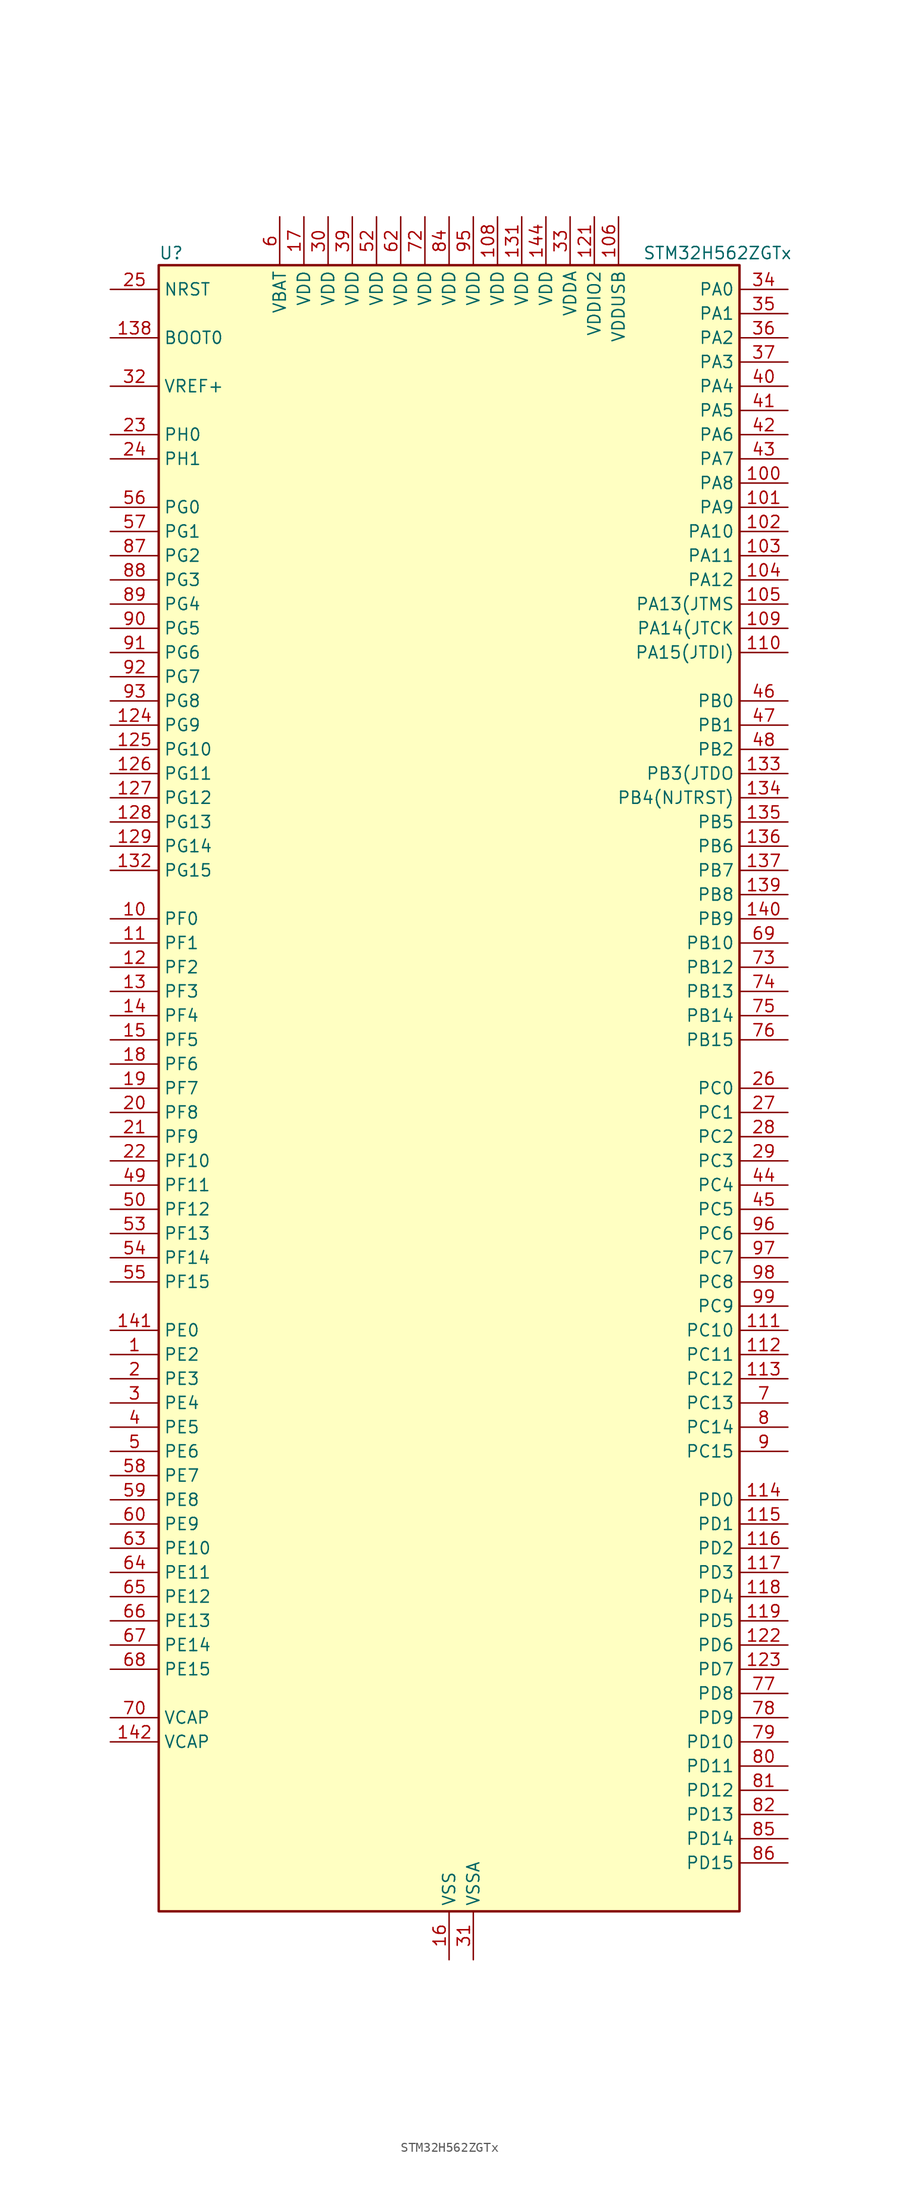
<source format=kicad_sym>
(kicad_symbol_lib
  (version 20231120)
  (generator "kicad-library-utils")
  (generator_version "8.0")
  (symbol "STM32H562ZGTx"
    (property "Reference" "U"
      (at -30.48 87.63 0)
      (effects (font (size 1.27 1.27)) (justify left)))
    (property "Value" "STM32H562ZGTx"
      (at 20.32 87.63 0)
      (effects (font (size 1.27 1.27)) (justify left)))
    (symbol "STM32H562ZGTx_0_1"
      (rectangle (start -30.48 -86.36) (end 30.48 86.36) (stroke (width 0.254) (type default)) (fill (type background))))
    (symbol "STM32H562ZGTx_1_1"
      (pin bidirectional line (at -35.56 -27.94 0) (length 5.08) (name "PE2" (effects (font (size 1.27 1.27)))) (number "1" (effects (font (size 1.27 1.27)))) (alternate "DCMI_D3" bidirectional line) (alternate "DEBUG_TRACECLK" bidirectional line) (alternate "FMC_A23" bidirectional line) (alternate "LPTIM1_IN2" bidirectional line) (alternate "OCTOSPI1_IO2" bidirectional line) (alternate "PSSI_D3" bidirectional line) (alternate "SAI1_CK1" bidirectional line) (alternate "SAI1_MCLK_A" bidirectional line) (alternate "SPI4_SCK" bidirectional line) (alternate "UART8_TX" bidirectional line) (alternate "USART10_RX" bidirectional line))
      (pin bidirectional line (at -35.56 17.78 0) (length 5.08) (name "PF0" (effects (font (size 1.27 1.27)))) (number "10" (effects (font (size 1.27 1.27)))) (alternate "FMC_A0" bidirectional line) (alternate "I2C2_SDA" bidirectional line) (alternate "LPTIM5_CH1" bidirectional line))
      (pin bidirectional line (at 35.56 63.5 180) (length 5.08) (name "PA8" (effects (font (size 1.27 1.27)))) (number "100" (effects (font (size 1.27 1.27)))) (alternate "DCMI_D3" bidirectional line) (alternate "FMC_NOE" bidirectional line) (alternate "I2C3_SCL" bidirectional line) (alternate "PSSI_D3" bidirectional line) (alternate "RCC_MCO_1" bidirectional line) (alternate "SPI1_RDY" bidirectional line) (alternate "TIM1_CH1" bidirectional line) (alternate "TIM8_BKIN2" bidirectional line) (alternate "UART7_RX" bidirectional line) (alternate "USART1_CK" bidirectional line) (alternate "USB_SOF" bidirectional line))
      (pin bidirectional line (at 35.56 60.96 180) (length 5.08) (name "PA9" (effects (font (size 1.27 1.27)))) (number "101" (effects (font (size 1.27 1.27)))) (alternate "DAC1_EXTI9" bidirectional line) (alternate "DCMI_D0" bidirectional line) (alternate "FMC_NWE" bidirectional line) (alternate "I2C3_SMBA" bidirectional line) (alternate "I2S2_CK" bidirectional line) (alternate "LPUART1_TX" bidirectional line) (alternate "PSSI_D0" bidirectional line) (alternate "SPI2_SCK" bidirectional line) (alternate "TIM1_CH2" bidirectional line) (alternate "UCPD1_DB1" bidirectional line) (alternate "USART1_TX" bidirectional line))
      (pin bidirectional line (at 35.56 58.42 180) (length 5.08) (name "PA10" (effects (font (size 1.27 1.27)))) (number "102" (effects (font (size 1.27 1.27)))) (alternate "DCMI_D1" bidirectional line) (alternate "LPTIM2_IN2" bidirectional line) (alternate "LPUART1_RX" bidirectional line) (alternate "PSSI_D1" bidirectional line) (alternate "SDMMC1_D0" bidirectional line) (alternate "TIM1_CH3" bidirectional line) (alternate "UCPD1_FRSTX" bidirectional line) (alternate "USART1_RX" bidirectional line))
      (pin bidirectional line (at 35.56 55.88 180) (length 5.08) (name "PA11" (effects (font (size 1.27 1.27)))) (number "103" (effects (font (size 1.27 1.27)))) (alternate "ADC1_EXTI11" bidirectional line) (alternate "ADC2_EXTI11" bidirectional line) (alternate "FDCAN1_RX" bidirectional line) (alternate "I2S2_WS" bidirectional line) (alternate "LPUART1_CTS" bidirectional line) (alternate "SPI2_NSS" bidirectional line) (alternate "TIM1_CH4" bidirectional line) (alternate "UART4_RX" bidirectional line) (alternate "USART1_CTS" bidirectional line) (alternate "USART1_NSS" bidirectional line) (alternate "USB_DM" bidirectional line))
      (pin bidirectional line (at 35.56 53.34 180) (length 5.08) (name "PA12" (effects (font (size 1.27 1.27)))) (number "104" (effects (font (size 1.27 1.27)))) (alternate "FDCAN1_TX" bidirectional line) (alternate "I2S2_CK" bidirectional line) (alternate "LPUART1_RTS" bidirectional line) (alternate "SAI2_FS_B" bidirectional line) (alternate "SPI2_SCK" bidirectional line) (alternate "TIM1_ETR" bidirectional line) (alternate "UART4_TX" bidirectional line) (alternate "USART1_RTS" bidirectional line) (alternate "USB_DP" bidirectional line))
      (pin bidirectional line (at 35.56 50.8 180) (length 5.08) (name "PA13(JTMS" (effects (font (size 1.27 1.27)))) (number "105" (effects (font (size 1.27 1.27)))) (alternate "DEBUG_JTMS-SWDIO" bidirectional line))
      (pin power_in line (at 17.78 91.44 270) (length 5.08) (name "VDDUSB" (effects (font (size 1.27 1.27)))) (number "106" (effects (font (size 1.27 1.27)))))
      (pin passive line (at 0 -91.44 90) (length 5.08) hide (name "VSS" (effects (font (size 1.27 1.27)))) (number "107" (effects (font (size 1.27 1.27)))))
      (pin power_in line (at 5.08 91.44 270) (length 5.08) (name "VDD" (effects (font (size 1.27 1.27)))) (number "108" (effects (font (size 1.27 1.27)))))
      (pin bidirectional line (at 35.56 48.26 180) (length 5.08) (name "PA14(JTCK" (effects (font (size 1.27 1.27)))) (number "109" (effects (font (size 1.27 1.27)))) (alternate "DEBUG_JTCK-SWCLK" bidirectional line))
      (pin bidirectional line (at -35.56 15.24 0) (length 5.08) (name "PF1" (effects (font (size 1.27 1.27)))) (number "11" (effects (font (size 1.27 1.27)))) (alternate "FMC_A1" bidirectional line) (alternate "I2C2_SCL" bidirectional line) (alternate "LPTIM5_CH2" bidirectional line))
      (pin bidirectional line (at 35.56 45.72 180) (length 5.08) (name "PA15(JTDI)" (effects (font (size 1.27 1.27)))) (number "110" (effects (font (size 1.27 1.27)))) (alternate "ADC1_EXTI15" bidirectional line) (alternate "ADC2_EXTI15" bidirectional line) (alternate "CEC" bidirectional line) (alternate "DCMI_D11" bidirectional line) (alternate "DEBUG_JTDI" bidirectional line) (alternate "FMC_NBL1" bidirectional line) (alternate "I2S1_WS" bidirectional line) (alternate "I2S3_WS" bidirectional line) (alternate "LPTIM3_IN2" bidirectional line) (alternate "PSSI_D11" bidirectional line) (alternate "SPI1_NSS" bidirectional line) (alternate "SPI3_NSS" bidirectional line) (alternate "SPI6_NSS" bidirectional line) (alternate "TIM2_CH1" bidirectional line) (alternate "TIM2_ETR" bidirectional line) (alternate "UART4_DE" bidirectional line) (alternate "UART4_RTS" bidirectional line) (alternate "UART7_TX" bidirectional line))
      (pin bidirectional line (at 35.56 -25.4 180) (length 5.08) (name "PC10" (effects (font (size 1.27 1.27)))) (number "111" (effects (font (size 1.27 1.27)))) (alternate "DCMI_D8" bidirectional line) (alternate "I2S3_CK" bidirectional line) (alternate "LPTIM3_ETR" bidirectional line) (alternate "OCTOSPI1_IO1" bidirectional line) (alternate "PSSI_D8" bidirectional line) (alternate "SDMMC1_D2" bidirectional line) (alternate "SPI3_SCK" bidirectional line) (alternate "UART4_TX" bidirectional line) (alternate "USART3_TX" bidirectional line))
      (pin bidirectional line (at 35.56 -27.94 180) (length 5.08) (name "PC11" (effects (font (size 1.27 1.27)))) (number "112" (effects (font (size 1.27 1.27)))) (alternate "ADC1_EXTI11" bidirectional line) (alternate "ADC2_EXTI11" bidirectional line) (alternate "DCMI_D4" bidirectional line) (alternate "I2S3_SDI" bidirectional line) (alternate "LPTIM3_IN1" bidirectional line) (alternate "OCTOSPI1_NCS" bidirectional line) (alternate "PSSI_D4" bidirectional line) (alternate "SDMMC1_D3" bidirectional line) (alternate "SPI3_MISO" bidirectional line) (alternate "UART4_RX" bidirectional line) (alternate "USART3_RX" bidirectional line))
      (pin bidirectional line (at 35.56 -30.48 180) (length 5.08) (name "PC12" (effects (font (size 1.27 1.27)))) (number "113" (effects (font (size 1.27 1.27)))) (alternate "DCMI_D9" bidirectional line) (alternate "DEBUG_TRACED3" bidirectional line) (alternate "I2S3_SDO" bidirectional line) (alternate "PSSI_D9" bidirectional line) (alternate "SDMMC1_CK" bidirectional line) (alternate "SPI3_MOSI" bidirectional line) (alternate "SPI6_SCK" bidirectional line) (alternate "TIM15_CH1" bidirectional line) (alternate "UART5_TX" bidirectional line) (alternate "USART3_CK" bidirectional line))
      (pin bidirectional line (at 35.56 -43.18 180) (length 5.08) (name "PD0" (effects (font (size 1.27 1.27)))) (number "114" (effects (font (size 1.27 1.27)))) (alternate "FDCAN1_RX" bidirectional line) (alternate "FMC_D2" bidirectional line) (alternate "FMC_DA2" bidirectional line) (alternate "TIM8_CH4N" bidirectional line) (alternate "UART4_RX" bidirectional line) (alternate "UART9_CTS" bidirectional line))
      (pin bidirectional line (at 35.56 -45.72 180) (length 5.08) (name "PD1" (effects (font (size 1.27 1.27)))) (number "115" (effects (font (size 1.27 1.27)))) (alternate "FDCAN1_TX" bidirectional line) (alternate "FMC_D3" bidirectional line) (alternate "FMC_DA3" bidirectional line) (alternate "UART4_TX" bidirectional line))
      (pin bidirectional line (at 35.56 -48.26 180) (length 5.08) (name "PD2" (effects (font (size 1.27 1.27)))) (number "116" (effects (font (size 1.27 1.27)))) (alternate "DCMI_D11" bidirectional line) (alternate "DEBUG_TRACED2" bidirectional line) (alternate "LPTIM4_ETR" bidirectional line) (alternate "PSSI_D11" bidirectional line) (alternate "PWR_WKUP7" bidirectional line) (alternate "SDMMC1_CMD" bidirectional line) (alternate "TIM15_BKIN" bidirectional line) (alternate "TIM3_ETR" bidirectional line) (alternate "UART5_RX" bidirectional line))
      (pin bidirectional line (at 35.56 -50.8 180) (length 5.08) (name "PD3" (effects (font (size 1.27 1.27)))) (number "117" (effects (font (size 1.27 1.27)))) (alternate "DCMI_D5" bidirectional line) (alternate "FMC_CLK" bidirectional line) (alternate "I2S2_CK" bidirectional line) (alternate "PSSI_D5" bidirectional line) (alternate "PWR_WKUP8" bidirectional line) (alternate "SPI2_SCK" bidirectional line) (alternate "USART2_CTS" bidirectional line) (alternate "USART2_NSS" bidirectional line))
      (pin bidirectional line (at 35.56 -53.34 180) (length 5.08) (name "PD4" (effects (font (size 1.27 1.27)))) (number "118" (effects (font (size 1.27 1.27)))) (alternate "FMC_NOE" bidirectional line) (alternate "OCTOSPI1_IO4" bidirectional line) (alternate "USART2_RTS" bidirectional line))
      (pin bidirectional line (at 35.56 -55.88 180) (length 5.08) (name "PD5" (effects (font (size 1.27 1.27)))) (number "119" (effects (font (size 1.27 1.27)))) (alternate "FDCAN1_TX" bidirectional line) (alternate "FMC_NWE" bidirectional line) (alternate "OCTOSPI1_IO5" bidirectional line) (alternate "SPI2_RDY" bidirectional line) (alternate "TIM1_CH4N" bidirectional line) (alternate "USART2_TX" bidirectional line))
      (pin bidirectional line (at -35.56 12.7 0) (length 5.08) (name "PF2" (effects (font (size 1.27 1.27)))) (number "12" (effects (font (size 1.27 1.27)))) (alternate "FMC_A2" bidirectional line) (alternate "I2C2_SMBA" bidirectional line) (alternate "LPTIM3_CH2" bidirectional line) (alternate "LPTIM3_IN2" bidirectional line) (alternate "LPTIM5_IN1" bidirectional line) (alternate "UART12_TX" bidirectional line) (alternate "USART11_CK" bidirectional line))
      (pin passive line (at 0 -91.44 90) (length 5.08) hide (name "VSS" (effects (font (size 1.27 1.27)))) (number "120" (effects (font (size 1.27 1.27)))))
      (pin power_in line (at 15.24 91.44 270) (length 5.08) (name "VDDIO2" (effects (font (size 1.27 1.27)))) (number "121" (effects (font (size 1.27 1.27)))))
      (pin bidirectional line (at 35.56 -58.42 180) (length 5.08) (name "PD6" (effects (font (size 1.27 1.27)))) (number "122" (effects (font (size 1.27 1.27)))) (alternate "DCMI_D10" bidirectional line) (alternate "FMC_NWAIT" bidirectional line) (alternate "I2S3_SDO" bidirectional line) (alternate "OCTOSPI1_IO6" bidirectional line) (alternate "PSSI_D10" bidirectional line) (alternate "SAI1_D1" bidirectional line) (alternate "SAI1_SD_A" bidirectional line) (alternate "SPI3_MOSI" bidirectional line) (alternate "USART2_RX" bidirectional line))
      (pin bidirectional line (at 35.56 -60.96 180) (length 5.08) (name "PD7" (effects (font (size 1.27 1.27)))) (number "123" (effects (font (size 1.27 1.27)))) (alternate "FMC_NCE" bidirectional line) (alternate "FMC_NE1" bidirectional line) (alternate "I2S1_SDO" bidirectional line) (alternate "LPTIM4_OUT" bidirectional line) (alternate "OCTOSPI1_IO7" bidirectional line) (alternate "SPI1_MOSI" bidirectional line) (alternate "USART2_CK" bidirectional line))
      (pin bidirectional line (at -35.56 38.1 0) (length 5.08) (name "PG9" (effects (font (size 1.27 1.27)))) (number "124" (effects (font (size 1.27 1.27)))) (alternate "DAC1_EXTI9" bidirectional line) (alternate "DCMI_VSYNC" bidirectional line) (alternate "FMC_NCE" bidirectional line) (alternate "FMC_NE2" bidirectional line) (alternate "I2S1_SDI" bidirectional line) (alternate "OCTOSPI1_IO6" bidirectional line) (alternate "PSSI_RDY" bidirectional line) (alternate "SAI2_FS_B" bidirectional line) (alternate "SPI1_MISO" bidirectional line) (alternate "USART6_RX" bidirectional line))
      (pin bidirectional line (at -35.56 35.56 0) (length 5.08) (name "PG10" (effects (font (size 1.27 1.27)))) (number "125" (effects (font (size 1.27 1.27)))) (alternate "DCMI_D2" bidirectional line) (alternate "FMC_NE3" bidirectional line) (alternate "I2S1_WS" bidirectional line) (alternate "PSSI_D2" bidirectional line) (alternate "SAI2_SD_B" bidirectional line) (alternate "SPI1_NSS" bidirectional line))
      (pin bidirectional line (at -35.56 33.02 0) (length 5.08) (name "PG11" (effects (font (size 1.27 1.27)))) (number "126" (effects (font (size 1.27 1.27)))) (alternate "ADC1_EXTI11" bidirectional line) (alternate "ADC2_EXTI11" bidirectional line) (alternate "DCMI_D3" bidirectional line) (alternate "I2S1_CK" bidirectional line) (alternate "LPTIM1_IN2" bidirectional line) (alternate "PSSI_D3" bidirectional line) (alternate "SPI1_SCK" bidirectional line) (alternate "USART10_RX" bidirectional line) (alternate "USART11_RTS" bidirectional line))
      (pin bidirectional line (at -35.56 30.48 0) (length 5.08) (name "PG12" (effects (font (size 1.27 1.27)))) (number "127" (effects (font (size 1.27 1.27)))) (alternate "DCMI_D11" bidirectional line) (alternate "FMC_NE4" bidirectional line) (alternate "LPTIM1_IN1" bidirectional line) (alternate "LPTIM5_CH1" bidirectional line) (alternate "PSSI_D11" bidirectional line) (alternate "PSSI_D15" bidirectional line) (alternate "SPI6_MISO" bidirectional line) (alternate "USART10_TX" bidirectional line) (alternate "USART6_RTS" bidirectional line))
      (pin bidirectional line (at -35.56 27.94 0) (length 5.08) (name "PG13" (effects (font (size 1.27 1.27)))) (number "128" (effects (font (size 1.27 1.27)))) (alternate "DEBUG_TRACED0" bidirectional line) (alternate "FMC_A24" bidirectional line) (alternate "LPTIM1_CH1" bidirectional line) (alternate "LPTIM5_CH2" bidirectional line) (alternate "SPI6_SCK" bidirectional line) (alternate "USART10_CTS" bidirectional line) (alternate "USART10_NSS" bidirectional line) (alternate "USART6_CTS" bidirectional line) (alternate "USART6_NSS" bidirectional line))
      (pin bidirectional line (at -35.56 25.4 0) (length 5.08) (name "PG14" (effects (font (size 1.27 1.27)))) (number "129" (effects (font (size 1.27 1.27)))) (alternate "DEBUG_TRACED1" bidirectional line) (alternate "FMC_A25" bidirectional line) (alternate "LPTIM1_CH2" bidirectional line) (alternate "LPTIM1_ETR" bidirectional line) (alternate "LPTIM5_IN1" bidirectional line) (alternate "OCTOSPI1_IO7" bidirectional line) (alternate "SPI6_MOSI" bidirectional line) (alternate "USART10_RTS" bidirectional line) (alternate "USART6_TX" bidirectional line))
      (pin bidirectional line (at -35.56 10.16 0) (length 5.08) (name "PF3" (effects (font (size 1.27 1.27)))) (number "13" (effects (font (size 1.27 1.27)))) (alternate "FMC_A3" bidirectional line) (alternate "LPTIM3_IN1" bidirectional line) (alternate "LPTIM5_IN2" bidirectional line) (alternate "USART11_TX" bidirectional line))
      (pin passive line (at 0 -91.44 90) (length 5.08) hide (name "VSS" (effects (font (size 1.27 1.27)))) (number "130" (effects (font (size 1.27 1.27)))))
      (pin power_in line (at 7.62 91.44 270) (length 5.08) (name "VDD" (effects (font (size 1.27 1.27)))) (number "131" (effects (font (size 1.27 1.27)))))
      (pin bidirectional line (at -35.56 22.86 0) (length 5.08) (name "PG15" (effects (font (size 1.27 1.27)))) (number "132" (effects (font (size 1.27 1.27)))) (alternate "ADC1_EXTI15" bidirectional line) (alternate "ADC2_EXTI15" bidirectional line) (alternate "DCMI_D13" bidirectional line) (alternate "FMC_SDNCAS" bidirectional line) (alternate "PSSI_D13" bidirectional line) (alternate "SPI4_RDY" bidirectional line) (alternate "USART10_CK" bidirectional line) (alternate "USART6_CTS" bidirectional line) (alternate "USART6_NSS" bidirectional line))
      (pin bidirectional line (at 35.56 33.02 180) (length 5.08) (name "PB3(JTDO" (effects (font (size 1.27 1.27)))) (number "133" (effects (font (size 1.27 1.27)))) (alternate "CRS_SYNC" bidirectional line) (alternate "DEBUG_JTDO-SWO" bidirectional line) (alternate "I2C2_SDA" bidirectional line) (alternate "I2S1_CK" bidirectional line) (alternate "I2S3_CK" bidirectional line) (alternate "LPTIM6_ETR" bidirectional line) (alternate "SPI1_SCK" bidirectional line) (alternate "SPI3_SCK" bidirectional line) (alternate "SPI6_SCK" bidirectional line) (alternate "TIM2_CH2" bidirectional line) (alternate "UART12_CTS" bidirectional line) (alternate "UART7_RX" bidirectional line))
      (pin bidirectional line (at 35.56 30.48 180) (length 5.08) (name "PB4(NJTRST)" (effects (font (size 1.27 1.27)))) (number "134" (effects (font (size 1.27 1.27)))) (alternate "DCMI_D7" bidirectional line) (alternate "DEBUG_JTRST" bidirectional line) (alternate "I2S1_SDI" bidirectional line) (alternate "I2S2_WS" bidirectional line) (alternate "I2S3_SDI" bidirectional line) (alternate "LPTIM1_CH2" bidirectional line) (alternate "OCTOSPI1_CLK" bidirectional line) (alternate "PSSI_D7" bidirectional line) (alternate "SPI1_MISO" bidirectional line) (alternate "SPI2_NSS" bidirectional line) (alternate "SPI3_MISO" bidirectional line) (alternate "SPI6_MISO" bidirectional line) (alternate "TIM16_BKIN" bidirectional line) (alternate "TIM3_CH1" bidirectional line) (alternate "UART7_TX" bidirectional line))
      (pin bidirectional line (at 35.56 27.94 180) (length 5.08) (name "PB5" (effects (font (size 1.27 1.27)))) (number "135" (effects (font (size 1.27 1.27)))) (alternate "DCMI_D10" bidirectional line) (alternate "FMC_SDCKE1" bidirectional line) (alternate "I2C1_SMBA" bidirectional line) (alternate "I2C4_SMBA" bidirectional line) (alternate "I2S1_SDO" bidirectional line) (alternate "I2S3_SDO" bidirectional line) (alternate "OCTOSPI1_NCLK" bidirectional line) (alternate "PSSI_D10" bidirectional line) (alternate "SPI1_MOSI" bidirectional line) (alternate "SPI3_MOSI" bidirectional line) (alternate "SPI6_MOSI" bidirectional line) (alternate "TIM17_BKIN" bidirectional line) (alternate "TIM3_CH2" bidirectional line) (alternate "UART5_RX" bidirectional line))
      (pin bidirectional line (at 35.56 25.4 180) (length 5.08) (name "PB6" (effects (font (size 1.27 1.27)))) (number "136" (effects (font (size 1.27 1.27)))) (alternate "CEC" bidirectional line) (alternate "DCMI_D5" bidirectional line) (alternate "FMC_SDNE1" bidirectional line) (alternate "I2C1_SCL" bidirectional line) (alternate "I2C4_SCL" bidirectional line) (alternate "I3C1_SCL" bidirectional line) (alternate "LPUART1_TX" bidirectional line) (alternate "OCTOSPI1_NCS" bidirectional line) (alternate "PSSI_D5" bidirectional line) (alternate "TIM16_CH1N" bidirectional line) (alternate "TIM4_CH1" bidirectional line) (alternate "UART5_TX" bidirectional line) (alternate "USART1_TX" bidirectional line))
      (pin bidirectional line (at 35.56 22.86 180) (length 5.08) (name "PB7" (effects (font (size 1.27 1.27)))) (number "137" (effects (font (size 1.27 1.27)))) (alternate "DCMI_VSYNC" bidirectional line) (alternate "FDCAN1_TX" bidirectional line) (alternate "FMC_NL" bidirectional line) (alternate "I2C1_SDA" bidirectional line) (alternate "I2C4_SDA" bidirectional line) (alternate "I3C1_SDA" bidirectional line) (alternate "LPUART1_RX" bidirectional line) (alternate "PSSI_RDY" bidirectional line) (alternate "PWR_WKUP5" bidirectional line) (alternate "TIM17_CH1N" bidirectional line) (alternate "TIM4_CH2" bidirectional line) (alternate "USART1_RX" bidirectional line))
      (pin input line (at -35.56 78.74 0) (length 5.08) (name "BOOT0" (effects (font (size 1.27 1.27)))) (number "138" (effects (font (size 1.27 1.27)))))
      (pin bidirectional line (at 35.56 20.32 180) (length 5.08) (name "PB8" (effects (font (size 1.27 1.27)))) (number "139" (effects (font (size 1.27 1.27)))) (alternate "DCMI_D6" bidirectional line) (alternate "FDCAN1_RX" bidirectional line) (alternate "I2C1_SCL" bidirectional line) (alternate "I2C4_SCL" bidirectional line) (alternate "I3C1_SCL" bidirectional line) (alternate "PSSI_D6" bidirectional line) (alternate "SDMMC1_CKIN" bidirectional line) (alternate "SDMMC1_D4" bidirectional line) (alternate "SPI4_RDY" bidirectional line) (alternate "TIM16_CH1" bidirectional line) (alternate "TIM4_CH3" bidirectional line) (alternate "UART4_RX" bidirectional line))
      (pin bidirectional line (at -35.56 7.62 0) (length 5.08) (name "PF4" (effects (font (size 1.27 1.27)))) (number "14" (effects (font (size 1.27 1.27)))) (alternate "FMC_A4" bidirectional line) (alternate "LPTIM3_ETR" bidirectional line) (alternate "USART11_RX" bidirectional line))
      (pin bidirectional line (at 35.56 17.78 180) (length 5.08) (name "PB9" (effects (font (size 1.27 1.27)))) (number "140" (effects (font (size 1.27 1.27)))) (alternate "DAC1_EXTI9" bidirectional line) (alternate "DCMI_D7" bidirectional line) (alternate "FDCAN1_TX" bidirectional line) (alternate "I2C1_SDA" bidirectional line) (alternate "I2C4_SDA" bidirectional line) (alternate "I2S2_WS" bidirectional line) (alternate "I3C1_SDA" bidirectional line) (alternate "PSSI_D7" bidirectional line) (alternate "SDMMC1_CDIR" bidirectional line) (alternate "SDMMC1_D5" bidirectional line) (alternate "SPI2_NSS" bidirectional line) (alternate "TIM17_CH1" bidirectional line) (alternate "TIM4_CH4" bidirectional line) (alternate "UART4_TX" bidirectional line))
      (pin bidirectional line (at -35.56 -25.4 0) (length 5.08) (name "PE0" (effects (font (size 1.27 1.27)))) (number "141" (effects (font (size 1.27 1.27)))) (alternate "DCMI_D2" bidirectional line) (alternate "FDCAN1_RX" bidirectional line) (alternate "FMC_NBL0" bidirectional line) (alternate "LPTIM1_ETR" bidirectional line) (alternate "LPTIM2_CH2" bidirectional line) (alternate "LPTIM2_ETR" bidirectional line) (alternate "PSSI_D2" bidirectional line) (alternate "SAI2_MCLK_A" bidirectional line) (alternate "SPI3_RDY" bidirectional line) (alternate "TIM4_ETR" bidirectional line) (alternate "UART8_RX" bidirectional line))
      (pin power_out line (at -35.56 -68.58 0) (length 5.08) (name "VCAP" (effects (font (size 1.27 1.27)))) (number "142" (effects (font (size 1.27 1.27)))))
      (pin passive line (at 0 -91.44 90) (length 5.08) hide (name "VSS" (effects (font (size 1.27 1.27)))) (number "143" (effects (font (size 1.27 1.27)))))
      (pin power_in line (at 10.16 91.44 270) (length 5.08) (name "VDD" (effects (font (size 1.27 1.27)))) (number "144" (effects (font (size 1.27 1.27)))))
      (pin bidirectional line (at -35.56 5.08 0) (length 5.08) (name "PF5" (effects (font (size 1.27 1.27)))) (number "15" (effects (font (size 1.27 1.27)))) (alternate "FMC_A5" bidirectional line) (alternate "I2C4_SCL" bidirectional line) (alternate "I3C1_SCL" bidirectional line) (alternate "LPTIM3_CH1" bidirectional line) (alternate "LPTIM3_IN1" bidirectional line) (alternate "UART12_RX" bidirectional line) (alternate "USART11_CTS" bidirectional line) (alternate "USART11_NSS" bidirectional line))
      (pin power_in line (at 0 -91.44 90) (length 5.08) (name "VSS" (effects (font (size 1.27 1.27)))) (number "16" (effects (font (size 1.27 1.27)))))
      (pin power_in line (at -15.24 91.44 270) (length 5.08) (name "VDD" (effects (font (size 1.27 1.27)))) (number "17" (effects (font (size 1.27 1.27)))))
      (pin bidirectional line (at -35.56 2.54 0) (length 5.08) (name "PF6" (effects (font (size 1.27 1.27)))) (number "18" (effects (font (size 1.27 1.27)))) (alternate "LPTIM5_CH1" bidirectional line) (alternate "OCTOSPI1_IO3" bidirectional line) (alternate "SAI1_SD_B" bidirectional line) (alternate "SPI5_NSS" bidirectional line) (alternate "TIM16_CH1" bidirectional line) (alternate "UART7_RX" bidirectional line))
      (pin bidirectional line (at -35.56 0 0) (length 5.08) (name "PF7" (effects (font (size 1.27 1.27)))) (number "19" (effects (font (size 1.27 1.27)))) (alternate "LPTIM5_CH2" bidirectional line) (alternate "OCTOSPI1_IO2" bidirectional line) (alternate "SAI1_MCLK_B" bidirectional line) (alternate "SPI5_SCK" bidirectional line) (alternate "TIM17_CH1" bidirectional line) (alternate "UART7_TX" bidirectional line))
      (pin bidirectional line (at -35.56 -30.48 0) (length 5.08) (name "PE3" (effects (font (size 1.27 1.27)))) (number "2" (effects (font (size 1.27 1.27)))) (alternate "DEBUG_TRACED0" bidirectional line) (alternate "FMC_A19" bidirectional line) (alternate "SAI1_SD_B" bidirectional line) (alternate "TAMP_IN6" bidirectional line) (alternate "TAMP_OUT3" bidirectional line) (alternate "TIM15_BKIN" bidirectional line) (alternate "USART10_TX" bidirectional line))
      (pin bidirectional line (at -35.56 -2.54 0) (length 5.08) (name "PF8" (effects (font (size 1.27 1.27)))) (number "20" (effects (font (size 1.27 1.27)))) (alternate "LPTIM5_IN1" bidirectional line) (alternate "OCTOSPI1_IO0" bidirectional line) (alternate "SAI1_SCK_B" bidirectional line) (alternate "SPI5_MISO" bidirectional line) (alternate "TIM13_CH1" bidirectional line) (alternate "TIM16_CH1N" bidirectional line) (alternate "UART7_RTS" bidirectional line))
      (pin bidirectional line (at -35.56 -5.08 0) (length 5.08) (name "PF9" (effects (font (size 1.27 1.27)))) (number "21" (effects (font (size 1.27 1.27)))) (alternate "DAC1_EXTI9" bidirectional line) (alternate "LPTIM5_IN2" bidirectional line) (alternate "OCTOSPI1_IO1" bidirectional line) (alternate "SAI1_FS_B" bidirectional line) (alternate "SPI5_MOSI" bidirectional line) (alternate "TIM14_CH1" bidirectional line) (alternate "TIM17_CH1N" bidirectional line) (alternate "UART7_CTS" bidirectional line))
      (pin bidirectional line (at -35.56 -7.62 0) (length 5.08) (name "PF10" (effects (font (size 1.27 1.27)))) (number "22" (effects (font (size 1.27 1.27)))) (alternate "DCMI_D11" bidirectional line) (alternate "OCTOSPI1_CLK" bidirectional line) (alternate "PSSI_D11" bidirectional line) (alternate "PSSI_D15" bidirectional line) (alternate "SAI1_D3" bidirectional line) (alternate "TIM16_BKIN" bidirectional line))
      (pin bidirectional line (at -35.56 68.58 0) (length 5.08) (name "PH0" (effects (font (size 1.27 1.27)))) (number "23" (effects (font (size 1.27 1.27)))) (alternate "RCC_OSC_IN" bidirectional line))
      (pin bidirectional line (at -35.56 66.04 0) (length 5.08) (name "PH1" (effects (font (size 1.27 1.27)))) (number "24" (effects (font (size 1.27 1.27)))) (alternate "RCC_OSC_OUT" bidirectional line))
      (pin input line (at -35.56 83.82 0) (length 5.08) (name "NRST" (effects (font (size 1.27 1.27)))) (number "25" (effects (font (size 1.27 1.27)))))
      (pin bidirectional line (at 35.56 0 180) (length 5.08) (name "PC0" (effects (font (size 1.27 1.27)))) (number "26" (effects (font (size 1.27 1.27)))) (alternate "ADC1_INP10" bidirectional line) (alternate "ADC2_INP10" bidirectional line) (alternate "FMC_A25" bidirectional line) (alternate "FMC_SDNWE" bidirectional line) (alternate "OCTOSPI1_IO7" bidirectional line) (alternate "SAI1_MCLK_A" bidirectional line) (alternate "SAI2_FS_B" bidirectional line) (alternate "SPI2_RDY" bidirectional line) (alternate "TIM16_BKIN" bidirectional line))
      (pin bidirectional line (at 35.56 -2.54 180) (length 5.08) (name "PC1" (effects (font (size 1.27 1.27)))) (number "27" (effects (font (size 1.27 1.27)))) (alternate "ADC1_INN10" bidirectional line) (alternate "ADC1_INP11" bidirectional line) (alternate "ADC2_INN10" bidirectional line) (alternate "ADC2_INP11" bidirectional line) (alternate "DEBUG_TRACED0" bidirectional line) (alternate "I2S2_SDO" bidirectional line) (alternate "OCTOSPI1_IO4" bidirectional line) (alternate "PWR_WKUP6" bidirectional line) (alternate "SAI1_D1" bidirectional line) (alternate "SAI1_SD_A" bidirectional line) (alternate "SAI2_SD_A" bidirectional line) (alternate "SPI2_MOSI" bidirectional line) (alternate "TAMP_IN3" bidirectional line) (alternate "TAMP_OUT5" bidirectional line) (alternate "USART11_RTS" bidirectional line))
      (pin bidirectional line (at 35.56 -5.08 180) (length 5.08) (name "PC2" (effects (font (size 1.27 1.27)))) (number "28" (effects (font (size 1.27 1.27)))) (alternate "ADC1_INN11" bidirectional line) (alternate "ADC1_INP12" bidirectional line) (alternate "ADC2_INN11" bidirectional line) (alternate "ADC2_INP12" bidirectional line) (alternate "FMC_SDNE0" bidirectional line) (alternate "I2S2_SDI" bidirectional line) (alternate "OCTOSPI1_IO2" bidirectional line) (alternate "OCTOSPI1_IO5" bidirectional line) (alternate "PWR_CSLEEP" bidirectional line) (alternate "SPI2_MISO" bidirectional line) (alternate "TIM17_CH1" bidirectional line) (alternate "TIM4_CH4" bidirectional line))
      (pin bidirectional line (at 35.56 -7.62 180) (length 5.08) (name "PC3" (effects (font (size 1.27 1.27)))) (number "29" (effects (font (size 1.27 1.27)))) (alternate "ADC1_INN12" bidirectional line) (alternate "ADC1_INP13" bidirectional line) (alternate "ADC2_INN12" bidirectional line) (alternate "ADC2_INP13" bidirectional line) (alternate "FMC_SDCKE0" bidirectional line) (alternate "I2S2_SDO" bidirectional line) (alternate "LPTIM3_CH1" bidirectional line) (alternate "OCTOSPI1_IO0" bidirectional line) (alternate "OCTOSPI1_IO6" bidirectional line) (alternate "PWR_CSTOP" bidirectional line) (alternate "SAI1_D3" bidirectional line) (alternate "SPI2_MOSI" bidirectional line))
      (pin bidirectional line (at -35.56 -33.02 0) (length 5.08) (name "PE4" (effects (font (size 1.27 1.27)))) (number "3" (effects (font (size 1.27 1.27)))) (alternate "DCMI_D4" bidirectional line) (alternate "DEBUG_TRACED1" bidirectional line) (alternate "FMC_A20" bidirectional line) (alternate "PSSI_D4" bidirectional line) (alternate "SAI1_D2" bidirectional line) (alternate "SAI1_FS_A" bidirectional line) (alternate "SPI4_NSS" bidirectional line) (alternate "TAMP_IN7" bidirectional line) (alternate "TAMP_OUT8" bidirectional line) (alternate "TIM15_CH1N" bidirectional line))
      (pin power_in line (at -12.7 91.44 270) (length 5.08) (name "VDD" (effects (font (size 1.27 1.27)))) (number "30" (effects (font (size 1.27 1.27)))))
      (pin power_in line (at 2.54 -91.44 90) (length 5.08) (name "VSSA" (effects (font (size 1.27 1.27)))) (number "31" (effects (font (size 1.27 1.27)))))
      (pin input line (at -35.56 73.66 0) (length 5.08) (name "VREF+" (effects (font (size 1.27 1.27)))) (number "32" (effects (font (size 1.27 1.27)))))
      (pin power_in line (at 12.7 91.44 270) (length 5.08) (name "VDDA" (effects (font (size 1.27 1.27)))) (number "33" (effects (font (size 1.27 1.27)))))
      (pin bidirectional line (at 35.56 83.82 180) (length 5.08) (name "PA0" (effects (font (size 1.27 1.27)))) (number "34" (effects (font (size 1.27 1.27)))) (alternate "ADC1_INN1" bidirectional line) (alternate "ADC1_INP0" bidirectional line) (alternate "ADC2_INN1" bidirectional line) (alternate "ADC2_INP0" bidirectional line) (alternate "PWR_WKUP1" bidirectional line) (alternate "SAI2_SD_B" bidirectional line) (alternate "SPI3_RDY" bidirectional line) (alternate "SPI6_NSS" bidirectional line) (alternate "TAMP_IN2" bidirectional line) (alternate "TAMP_OUT1" bidirectional line) (alternate "TIM15_BKIN" bidirectional line) (alternate "TIM2_CH1" bidirectional line) (alternate "TIM2_ETR" bidirectional line) (alternate "TIM5_CH1" bidirectional line) (alternate "TIM8_ETR" bidirectional line) (alternate "UART4_TX" bidirectional line) (alternate "USART2_CTS" bidirectional line) (alternate "USART2_NSS" bidirectional line))
      (pin bidirectional line (at 35.56 81.28 180) (length 5.08) (name "PA1" (effects (font (size 1.27 1.27)))) (number "35" (effects (font (size 1.27 1.27)))) (alternate "ADC1_INP1" bidirectional line) (alternate "ADC2_INP1" bidirectional line) (alternate "LPTIM1_IN1" bidirectional line) (alternate "OCTOSPI1_DQS" bidirectional line) (alternate "OCTOSPI1_IO3" bidirectional line) (alternate "SAI2_MCLK_B" bidirectional line) (alternate "TAMP_IN5" bidirectional line) (alternate "TAMP_OUT4" bidirectional line) (alternate "TIM15_CH1N" bidirectional line) (alternate "TIM2_CH2" bidirectional line) (alternate "TIM5_CH2" bidirectional line) (alternate "UART4_RX" bidirectional line) (alternate "USART2_RTS" bidirectional line))
      (pin bidirectional line (at 35.56 78.74 180) (length 5.08) (name "PA2" (effects (font (size 1.27 1.27)))) (number "36" (effects (font (size 1.27 1.27)))) (alternate "ADC1_INP14" bidirectional line) (alternate "ADC2_INP14" bidirectional line) (alternate "LPTIM1_IN2" bidirectional line) (alternate "PWR_WKUP2" bidirectional line) (alternate "SAI2_SCK_B" bidirectional line) (alternate "TAMP_IN4" bidirectional line) (alternate "TAMP_OUT3" bidirectional line) (alternate "TIM15_CH1" bidirectional line) (alternate "TIM2_CH3" bidirectional line) (alternate "TIM5_CH3" bidirectional line) (alternate "USART2_TX" bidirectional line))
      (pin bidirectional line (at 35.56 76.2 180) (length 5.08) (name "PA3" (effects (font (size 1.27 1.27)))) (number "37" (effects (font (size 1.27 1.27)))) (alternate "ADC1_INP15" bidirectional line) (alternate "ADC2_INP15" bidirectional line) (alternate "I2S2_WS" bidirectional line) (alternate "OCTOSPI1_CLK" bidirectional line) (alternate "SAI1_SD_B" bidirectional line) (alternate "SPI2_NSS" bidirectional line) (alternate "TIM15_CH2" bidirectional line) (alternate "TIM2_CH4" bidirectional line) (alternate "TIM5_CH4" bidirectional line) (alternate "USART2_RX" bidirectional line))
      (pin passive line (at 0 -91.44 90) (length 5.08) hide (name "VSS" (effects (font (size 1.27 1.27)))) (number "38" (effects (font (size 1.27 1.27)))))
      (pin power_in line (at -10.16 91.44 270) (length 5.08) (name "VDD" (effects (font (size 1.27 1.27)))) (number "39" (effects (font (size 1.27 1.27)))))
      (pin bidirectional line (at -35.56 -35.56 0) (length 5.08) (name "PE5" (effects (font (size 1.27 1.27)))) (number "4" (effects (font (size 1.27 1.27)))) (alternate "DCMI_D6" bidirectional line) (alternate "DEBUG_TRACED2" bidirectional line) (alternate "FMC_A21" bidirectional line) (alternate "PSSI_D6" bidirectional line) (alternate "SAI1_CK2" bidirectional line) (alternate "SAI1_SCK_A" bidirectional line) (alternate "SPI4_MISO" bidirectional line) (alternate "TAMP_IN8" bidirectional line) (alternate "TAMP_OUT7" bidirectional line) (alternate "TIM15_CH1" bidirectional line))
      (pin bidirectional line (at 35.56 73.66 180) (length 5.08) (name "PA4" (effects (font (size 1.27 1.27)))) (number "40" (effects (font (size 1.27 1.27)))) (alternate "ADC1_INP18" bidirectional line) (alternate "ADC2_INP18" bidirectional line) (alternate "DAC1_OUT1" bidirectional line) (alternate "DCMI_HSYNC" bidirectional line) (alternate "I2S1_WS" bidirectional line) (alternate "I2S3_WS" bidirectional line) (alternate "LPTIM2_CH1" bidirectional line) (alternate "PSSI_DE" bidirectional line) (alternate "SPI1_NSS" bidirectional line) (alternate "SPI3_NSS" bidirectional line) (alternate "SPI6_NSS" bidirectional line) (alternate "TIM5_ETR" bidirectional line) (alternate "USART2_CK" bidirectional line))
      (pin bidirectional line (at 35.56 71.12 180) (length 5.08) (name "PA5" (effects (font (size 1.27 1.27)))) (number "41" (effects (font (size 1.27 1.27)))) (alternate "ADC1_INN18" bidirectional line) (alternate "ADC1_INP19" bidirectional line) (alternate "ADC2_INN18" bidirectional line) (alternate "ADC2_INP19" bidirectional line) (alternate "DAC1_OUT2" bidirectional line) (alternate "I2S1_CK" bidirectional line) (alternate "PSSI_D14" bidirectional line) (alternate "SPI1_SCK" bidirectional line) (alternate "SPI6_SCK" bidirectional line) (alternate "TIM2_CH1" bidirectional line) (alternate "TIM2_ETR" bidirectional line) (alternate "TIM8_CH1N" bidirectional line))
      (pin bidirectional line (at 35.56 68.58 180) (length 5.08) (name "PA6" (effects (font (size 1.27 1.27)))) (number "42" (effects (font (size 1.27 1.27)))) (alternate "ADC1_INP3" bidirectional line) (alternate "ADC2_INP3" bidirectional line) (alternate "DCMI_PIXCLK" bidirectional line) (alternate "I2S1_SDI" bidirectional line) (alternate "OCTOSPI1_IO3" bidirectional line) (alternate "PSSI_PDCK" bidirectional line) (alternate "SPI1_MISO" bidirectional line) (alternate "SPI6_MISO" bidirectional line) (alternate "TIM13_CH1" bidirectional line) (alternate "TIM1_BKIN" bidirectional line) (alternate "TIM3_CH1" bidirectional line) (alternate "TIM8_BKIN" bidirectional line) (alternate "USART11_TX" bidirectional line))
      (pin bidirectional line (at 35.56 66.04 180) (length 5.08) (name "PA7" (effects (font (size 1.27 1.27)))) (number "43" (effects (font (size 1.27 1.27)))) (alternate "ADC1_INN3" bidirectional line) (alternate "ADC1_INP7" bidirectional line) (alternate "ADC2_INN3" bidirectional line) (alternate "ADC2_INP7" bidirectional line) (alternate "FMC_NWE" bidirectional line) (alternate "FMC_SDNWE" bidirectional line) (alternate "I2S1_SDO" bidirectional line) (alternate "OCTOSPI1_IO2" bidirectional line) (alternate "SPI1_MOSI" bidirectional line) (alternate "SPI6_MOSI" bidirectional line) (alternate "TIM14_CH1" bidirectional line) (alternate "TIM1_CH1N" bidirectional line) (alternate "TIM3_CH2" bidirectional line) (alternate "TIM8_CH1N" bidirectional line) (alternate "USART11_RX" bidirectional line))
      (pin bidirectional line (at 35.56 -10.16 180) (length 5.08) (name "PC4" (effects (font (size 1.27 1.27)))) (number "44" (effects (font (size 1.27 1.27)))) (alternate "ADC1_INP4" bidirectional line) (alternate "ADC2_INP4" bidirectional line) (alternate "FMC_SDNE0" bidirectional line) (alternate "I2S1_MCK" bidirectional line) (alternate "LPTIM2_ETR" bidirectional line) (alternate "SAI1_CK1" bidirectional line) (alternate "TIM2_CH4" bidirectional line) (alternate "USART3_RX" bidirectional line))
      (pin bidirectional line (at 35.56 -12.7 180) (length 5.08) (name "PC5" (effects (font (size 1.27 1.27)))) (number "45" (effects (font (size 1.27 1.27)))) (alternate "ADC1_INN4" bidirectional line) (alternate "ADC1_INP8" bidirectional line) (alternate "ADC2_INN4" bidirectional line) (alternate "ADC2_INP8" bidirectional line) (alternate "FMC_SDCKE0" bidirectional line) (alternate "OCTOSPI1_DQS" bidirectional line) (alternate "PSSI_D15" bidirectional line) (alternate "SAI1_D3" bidirectional line) (alternate "SAI1_FS_A" bidirectional line) (alternate "TIM1_CH4N" bidirectional line) (alternate "UART12_RTS" bidirectional line))
      (pin bidirectional line (at 35.56 40.64 180) (length 5.08) (name "PB0" (effects (font (size 1.27 1.27)))) (number "46" (effects (font (size 1.27 1.27)))) (alternate "ADC1_INN5" bidirectional line) (alternate "ADC1_INP9" bidirectional line) (alternate "ADC2_INN5" bidirectional line) (alternate "ADC2_INP9" bidirectional line) (alternate "LPTIM3_CH1" bidirectional line) (alternate "OCTOSPI1_IO1" bidirectional line) (alternate "TIM1_CH2N" bidirectional line) (alternate "TIM3_CH3" bidirectional line) (alternate "TIM8_CH2N" bidirectional line) (alternate "UART4_CTS" bidirectional line) (alternate "USART11_CK" bidirectional line))
      (pin bidirectional line (at 35.56 38.1 180) (length 5.08) (name "PB1" (effects (font (size 1.27 1.27)))) (number "47" (effects (font (size 1.27 1.27)))) (alternate "ADC1_INP5" bidirectional line) (alternate "ADC2_INP5" bidirectional line) (alternate "LPTIM3_CH2" bidirectional line) (alternate "OCTOSPI1_IO0" bidirectional line) (alternate "TIM1_CH3N" bidirectional line) (alternate "TIM3_CH4" bidirectional line) (alternate "TIM8_CH3N" bidirectional line))
      (pin bidirectional line (at 35.56 35.56 180) (length 5.08) (name "PB2" (effects (font (size 1.27 1.27)))) (number "48" (effects (font (size 1.27 1.27)))) (alternate "I2S3_SDO" bidirectional line) (alternate "LPTIM1_CH1" bidirectional line) (alternate "LPTIM5_ETR" bidirectional line) (alternate "OCTOSPI1_CLK" bidirectional line) (alternate "OCTOSPI1_DQS" bidirectional line) (alternate "RCC_LSCO" bidirectional line) (alternate "RTC_OUT2" bidirectional line) (alternate "SAI1_D1" bidirectional line) (alternate "SAI1_SD_A" bidirectional line) (alternate "SDMMC1_CMD" bidirectional line) (alternate "SPI1_RDY" bidirectional line) (alternate "SPI3_MOSI" bidirectional line) (alternate "TIM8_CH4N" bidirectional line))
      (pin bidirectional line (at -35.56 -10.16 0) (length 5.08) (name "PF11" (effects (font (size 1.27 1.27)))) (number "49" (effects (font (size 1.27 1.27)))) (alternate "ADC1_EXTI11" bidirectional line) (alternate "ADC1_INP2" bidirectional line) (alternate "ADC2_EXTI11" bidirectional line) (alternate "DCMI_D12" bidirectional line) (alternate "FMC_SDNRAS" bidirectional line) (alternate "LPTIM6_CH1" bidirectional line) (alternate "OCTOSPI1_NCLK" bidirectional line) (alternate "PSSI_D12" bidirectional line) (alternate "SAI2_SD_B" bidirectional line) (alternate "SPI5_MOSI" bidirectional line))
      (pin bidirectional line (at -35.56 -38.1 0) (length 5.08) (name "PE6" (effects (font (size 1.27 1.27)))) (number "5" (effects (font (size 1.27 1.27)))) (alternate "DCMI_D7" bidirectional line) (alternate "DEBUG_TRACED3" bidirectional line) (alternate "FMC_A22" bidirectional line) (alternate "PSSI_D7" bidirectional line) (alternate "SAI1_D1" bidirectional line) (alternate "SAI1_SD_A" bidirectional line) (alternate "SAI2_MCLK_B" bidirectional line) (alternate "SPI4_MOSI" bidirectional line) (alternate "TAMP_IN3" bidirectional line) (alternate "TAMP_OUT6" bidirectional line) (alternate "TIM15_CH2" bidirectional line) (alternate "TIM1_BKIN2" bidirectional line))
      (pin bidirectional line (at -35.56 -12.7 0) (length 5.08) (name "PF12" (effects (font (size 1.27 1.27)))) (number "50" (effects (font (size 1.27 1.27)))) (alternate "ADC1_INN2" bidirectional line) (alternate "ADC1_INP6" bidirectional line) (alternate "FMC_A6" bidirectional line) (alternate "LPTIM6_CH2" bidirectional line))
      (pin passive line (at 0 -91.44 90) (length 5.08) hide (name "VSS" (effects (font (size 1.27 1.27)))) (number "51" (effects (font (size 1.27 1.27)))))
      (pin power_in line (at -7.62 91.44 270) (length 5.08) (name "VDD" (effects (font (size 1.27 1.27)))) (number "52" (effects (font (size 1.27 1.27)))))
      (pin bidirectional line (at -35.56 -15.24 0) (length 5.08) (name "PF13" (effects (font (size 1.27 1.27)))) (number "53" (effects (font (size 1.27 1.27)))) (alternate "ADC2_INP2" bidirectional line) (alternate "FMC_A7" bidirectional line) (alternate "I2C4_SMBA" bidirectional line) (alternate "LPTIM6_IN1" bidirectional line))
      (pin bidirectional line (at -35.56 -17.78 0) (length 5.08) (name "PF14" (effects (font (size 1.27 1.27)))) (number "54" (effects (font (size 1.27 1.27)))) (alternate "ADC2_INN2" bidirectional line) (alternate "ADC2_INP6" bidirectional line) (alternate "FMC_A8" bidirectional line) (alternate "LPTIM6_IN2" bidirectional line))
      (pin bidirectional line (at -35.56 -20.32 0) (length 5.08) (name "PF15" (effects (font (size 1.27 1.27)))) (number "55" (effects (font (size 1.27 1.27)))) (alternate "ADC1_EXTI15" bidirectional line) (alternate "ADC2_EXTI15" bidirectional line) (alternate "FMC_A9" bidirectional line) (alternate "I2C4_SDA" bidirectional line) (alternate "I3C1_SDA" bidirectional line))
      (pin bidirectional line (at -35.56 60.96 0) (length 5.08) (name "PG0" (effects (font (size 1.27 1.27)))) (number "56" (effects (font (size 1.27 1.27)))) (alternate "FMC_A10" bidirectional line) (alternate "LPTIM4_IN1" bidirectional line) (alternate "UART9_RX" bidirectional line))
      (pin bidirectional line (at -35.56 58.42 0) (length 5.08) (name "PG1" (effects (font (size 1.27 1.27)))) (number "57" (effects (font (size 1.27 1.27)))) (alternate "FMC_A11" bidirectional line) (alternate "I2S2_SDO" bidirectional line) (alternate "SPI2_MOSI" bidirectional line) (alternate "UART9_TX" bidirectional line))
      (pin bidirectional line (at -35.56 -40.64 0) (length 5.08) (name "PE7" (effects (font (size 1.27 1.27)))) (number "58" (effects (font (size 1.27 1.27)))) (alternate "FMC_D4" bidirectional line) (alternate "FMC_DA4" bidirectional line) (alternate "OCTOSPI1_IO4" bidirectional line) (alternate "TIM1_ETR" bidirectional line) (alternate "UART12_RTS" bidirectional line) (alternate "UART7_RX" bidirectional line))
      (pin bidirectional line (at -35.56 -43.18 0) (length 5.08) (name "PE8" (effects (font (size 1.27 1.27)))) (number "59" (effects (font (size 1.27 1.27)))) (alternate "FMC_D5" bidirectional line) (alternate "FMC_DA5" bidirectional line) (alternate "OCTOSPI1_IO5" bidirectional line) (alternate "TIM1_CH1N" bidirectional line) (alternate "UART12_CTS" bidirectional line) (alternate "UART7_TX" bidirectional line))
      (pin power_in line (at -17.78 91.44 270) (length 5.08) (name "VBAT" (effects (font (size 1.27 1.27)))) (number "6" (effects (font (size 1.27 1.27)))))
      (pin bidirectional line (at -35.56 -45.72 0) (length 5.08) (name "PE9" (effects (font (size 1.27 1.27)))) (number "60" (effects (font (size 1.27 1.27)))) (alternate "DAC1_EXTI9" bidirectional line) (alternate "FMC_D6" bidirectional line) (alternate "FMC_DA6" bidirectional line) (alternate "OCTOSPI1_IO6" bidirectional line) (alternate "TIM1_CH1" bidirectional line) (alternate "UART12_RX" bidirectional line) (alternate "UART7_RTS" bidirectional line))
      (pin passive line (at 0 -91.44 90) (length 5.08) hide (name "VSS" (effects (font (size 1.27 1.27)))) (number "61" (effects (font (size 1.27 1.27)))))
      (pin power_in line (at -5.08 91.44 270) (length 5.08) (name "VDD" (effects (font (size 1.27 1.27)))) (number "62" (effects (font (size 1.27 1.27)))))
      (pin bidirectional line (at -35.56 -48.26 0) (length 5.08) (name "PE10" (effects (font (size 1.27 1.27)))) (number "63" (effects (font (size 1.27 1.27)))) (alternate "FMC_D7" bidirectional line) (alternate "FMC_DA7" bidirectional line) (alternate "OCTOSPI1_IO7" bidirectional line) (alternate "TIM1_CH2N" bidirectional line) (alternate "UART12_TX" bidirectional line) (alternate "UART7_CTS" bidirectional line))
      (pin bidirectional line (at -35.56 -50.8 0) (length 5.08) (name "PE11" (effects (font (size 1.27 1.27)))) (number "64" (effects (font (size 1.27 1.27)))) (alternate "ADC1_EXTI11" bidirectional line) (alternate "ADC2_EXTI11" bidirectional line) (alternate "FMC_D8" bidirectional line) (alternate "FMC_DA8" bidirectional line) (alternate "OCTOSPI1_NCS" bidirectional line) (alternate "SAI2_SD_B" bidirectional line) (alternate "SPI1_RDY" bidirectional line) (alternate "SPI4_NSS" bidirectional line) (alternate "TIM1_CH2" bidirectional line))
      (pin bidirectional line (at -35.56 -53.34 0) (length 5.08) (name "PE12" (effects (font (size 1.27 1.27)))) (number "65" (effects (font (size 1.27 1.27)))) (alternate "FMC_D9" bidirectional line) (alternate "FMC_DA9" bidirectional line) (alternate "SAI2_SCK_B" bidirectional line) (alternate "SPI4_SCK" bidirectional line) (alternate "TIM1_CH3N" bidirectional line))
      (pin bidirectional line (at -35.56 -55.88 0) (length 5.08) (name "PE13" (effects (font (size 1.27 1.27)))) (number "66" (effects (font (size 1.27 1.27)))) (alternate "FMC_D10" bidirectional line) (alternate "FMC_DA10" bidirectional line) (alternate "SAI2_FS_B" bidirectional line) (alternate "SPI4_MISO" bidirectional line) (alternate "TIM1_CH3" bidirectional line))
      (pin bidirectional line (at -35.56 -58.42 0) (length 5.08) (name "PE14" (effects (font (size 1.27 1.27)))) (number "67" (effects (font (size 1.27 1.27)))) (alternate "FMC_D11" bidirectional line) (alternate "FMC_DA11" bidirectional line) (alternate "SAI2_MCLK_B" bidirectional line) (alternate "SPI4_MOSI" bidirectional line) (alternate "TIM1_CH4" bidirectional line))
      (pin bidirectional line (at -35.56 -60.96 0) (length 5.08) (name "PE15" (effects (font (size 1.27 1.27)))) (number "68" (effects (font (size 1.27 1.27)))) (alternate "ADC1_EXTI15" bidirectional line) (alternate "ADC2_EXTI15" bidirectional line) (alternate "FMC_D12" bidirectional line) (alternate "FMC_DA12" bidirectional line) (alternate "TIM1_BKIN" bidirectional line) (alternate "TIM1_CH4N" bidirectional line) (alternate "USART10_CK" bidirectional line))
      (pin bidirectional line (at 35.56 15.24 180) (length 5.08) (name "PB10" (effects (font (size 1.27 1.27)))) (number "69" (effects (font (size 1.27 1.27)))) (alternate "I2C2_SCL" bidirectional line) (alternate "I2S2_CK" bidirectional line) (alternate "LPTIM2_IN1" bidirectional line) (alternate "LPTIM3_CH1" bidirectional line) (alternate "OCTOSPI1_NCS" bidirectional line) (alternate "SPI2_SCK" bidirectional line) (alternate "TIM2_CH3" bidirectional line) (alternate "USART3_TX" bidirectional line))
      (pin bidirectional line (at 35.56 -33.02 180) (length 5.08) (name "PC13" (effects (font (size 1.27 1.27)))) (number "7" (effects (font (size 1.27 1.27)))) (alternate "PWR_WKUP4" bidirectional line) (alternate "RTC_OUT1" bidirectional line) (alternate "RTC_TS" bidirectional line) (alternate "TAMP_IN1" bidirectional line) (alternate "TAMP_OUT2" bidirectional line) (alternate "TAMP_OUT3" bidirectional line))
      (pin power_out line (at -35.56 -66.04 0) (length 5.08) (name "VCAP" (effects (font (size 1.27 1.27)))) (number "70" (effects (font (size 1.27 1.27)))))
      (pin passive line (at 0 -91.44 90) (length 5.08) hide (name "VSS" (effects (font (size 1.27 1.27)))) (number "71" (effects (font (size 1.27 1.27)))))
      (pin power_in line (at -2.54 91.44 270) (length 5.08) (name "VDD" (effects (font (size 1.27 1.27)))) (number "72" (effects (font (size 1.27 1.27)))))
      (pin bidirectional line (at 35.56 12.7 180) (length 5.08) (name "PB12" (effects (font (size 1.27 1.27)))) (number "73" (effects (font (size 1.27 1.27)))) (alternate "I2C2_SDA" bidirectional line) (alternate "I2S2_WS" bidirectional line) (alternate "OCTOSPI1_NCLK" bidirectional line) (alternate "SPI2_NSS" bidirectional line) (alternate "TIM1_BKIN" bidirectional line) (alternate "UART5_RX" bidirectional line) (alternate "UCPD1_FRSTX" bidirectional line) (alternate "USART3_CK" bidirectional line))
      (pin bidirectional line (at 35.56 10.16 180) (length 5.08) (name "PB13" (effects (font (size 1.27 1.27)))) (number "74" (effects (font (size 1.27 1.27)))) (alternate "I2C2_SMBA" bidirectional line) (alternate "I2S2_CK" bidirectional line) (alternate "LPTIM2_CH1" bidirectional line) (alternate "LPTIM3_IN1" bidirectional line) (alternate "SDMMC1_D0" bidirectional line) (alternate "SPI2_SCK" bidirectional line) (alternate "TIM1_CH1N" bidirectional line) (alternate "UART5_TX" bidirectional line) (alternate "UCPD1_CC1" bidirectional line) (alternate "USART3_CTS" bidirectional line) (alternate "USART3_NSS" bidirectional line))
      (pin bidirectional line (at 35.56 7.62 180) (length 5.08) (name "PB14" (effects (font (size 1.27 1.27)))) (number "75" (effects (font (size 1.27 1.27)))) (alternate "I2S2_SDI" bidirectional line) (alternate "LPTIM3_ETR" bidirectional line) (alternate "SPI2_MISO" bidirectional line) (alternate "TIM12_CH1" bidirectional line) (alternate "TIM1_CH2N" bidirectional line) (alternate "TIM8_CH2N" bidirectional line) (alternate "UART4_DE" bidirectional line) (alternate "UART4_RTS" bidirectional line) (alternate "UCPD1_CC2" bidirectional line) (alternate "USART1_TX" bidirectional line) (alternate "USART3_RTS" bidirectional line))
      (pin bidirectional line (at 35.56 5.08 180) (length 5.08) (name "PB15" (effects (font (size 1.27 1.27)))) (number "76" (effects (font (size 1.27 1.27)))) (alternate "ADC1_EXTI15" bidirectional line) (alternate "ADC2_EXTI15" bidirectional line) (alternate "DCMI_D2" bidirectional line) (alternate "I2S2_SDO" bidirectional line) (alternate "OCTOSPI1_CLK" bidirectional line) (alternate "PSSI_D2" bidirectional line) (alternate "PWR_PVD_IN" bidirectional line) (alternate "RTC_REFIN" bidirectional line) (alternate "SPI2_MOSI" bidirectional line) (alternate "TIM12_CH2" bidirectional line) (alternate "TIM1_CH3N" bidirectional line) (alternate "TIM8_CH3N" bidirectional line) (alternate "UART4_CTS" bidirectional line) (alternate "UART5_RX" bidirectional line) (alternate "USART11_CTS" bidirectional line) (alternate "USART11_NSS" bidirectional line) (alternate "USART1_RX" bidirectional line))
      (pin bidirectional line (at 35.56 -63.5 180) (length 5.08) (name "PD8" (effects (font (size 1.27 1.27)))) (number "77" (effects (font (size 1.27 1.27)))) (alternate "FMC_D13" bidirectional line) (alternate "FMC_DA13" bidirectional line) (alternate "USART3_TX" bidirectional line))
      (pin bidirectional line (at 35.56 -66.04 180) (length 5.08) (name "PD9" (effects (font (size 1.27 1.27)))) (number "78" (effects (font (size 1.27 1.27)))) (alternate "DAC1_EXTI9" bidirectional line) (alternate "FMC_D14" bidirectional line) (alternate "FMC_DA14" bidirectional line) (alternate "USART3_RX" bidirectional line))
      (pin bidirectional line (at 35.56 -68.58 180) (length 5.08) (name "PD10" (effects (font (size 1.27 1.27)))) (number "79" (effects (font (size 1.27 1.27)))) (alternate "FMC_D15" bidirectional line) (alternate "FMC_DA15" bidirectional line) (alternate "LPTIM2_CH2" bidirectional line) (alternate "USART3_CK" bidirectional line))
      (pin bidirectional line (at 35.56 -35.56 180) (length 5.08) (name "PC14" (effects (font (size 1.27 1.27)))) (number "8" (effects (font (size 1.27 1.27)))) (alternate "RCC_OSC32_IN" bidirectional line))
      (pin bidirectional line (at 35.56 -71.12 180) (length 5.08) (name "PD11" (effects (font (size 1.27 1.27)))) (number "80" (effects (font (size 1.27 1.27)))) (alternate "ADC1_EXTI11" bidirectional line) (alternate "ADC2_EXTI11" bidirectional line) (alternate "FMC_A16" bidirectional line) (alternate "FMC_CLE" bidirectional line) (alternate "I2C4_SMBA" bidirectional line) (alternate "LPTIM2_IN2" bidirectional line) (alternate "OCTOSPI1_IO0" bidirectional line) (alternate "SAI1_CK1" bidirectional line) (alternate "SAI2_SD_A" bidirectional line) (alternate "UART4_RX" bidirectional line) (alternate "USART3_CTS" bidirectional line) (alternate "USART3_NSS" bidirectional line))
      (pin bidirectional line (at 35.56 -73.66 180) (length 5.08) (name "PD12" (effects (font (size 1.27 1.27)))) (number "81" (effects (font (size 1.27 1.27)))) (alternate "DCMI_D12" bidirectional line) (alternate "FMC_A17" bidirectional line) (alternate "FMC_ALE" bidirectional line) (alternate "I2C4_SCL" bidirectional line) (alternate "I3C1_SCL" bidirectional line) (alternate "LPTIM1_IN1" bidirectional line) (alternate "LPTIM2_IN1" bidirectional line) (alternate "OCTOSPI1_IO1" bidirectional line) (alternate "PSSI_D12" bidirectional line) (alternate "SAI1_D1" bidirectional line) (alternate "SAI2_FS_A" bidirectional line) (alternate "TIM4_CH1" bidirectional line) (alternate "UART4_TX" bidirectional line) (alternate "USART3_RTS" bidirectional line))
      (pin bidirectional line (at 35.56 -76.2 180) (length 5.08) (name "PD13" (effects (font (size 1.27 1.27)))) (number "82" (effects (font (size 1.27 1.27)))) (alternate "DCMI_D13" bidirectional line) (alternate "FMC_A18" bidirectional line) (alternate "I2C4_SDA" bidirectional line) (alternate "I3C1_SDA" bidirectional line) (alternate "LPTIM1_CH1" bidirectional line) (alternate "LPTIM2_CH1" bidirectional line) (alternate "LPTIM4_IN1" bidirectional line) (alternate "OCTOSPI1_IO3" bidirectional line) (alternate "PSSI_D13" bidirectional line) (alternate "SAI2_SCK_A" bidirectional line) (alternate "TIM4_CH2" bidirectional line) (alternate "UART9_RTS" bidirectional line))
      (pin passive line (at 0 -91.44 90) (length 5.08) hide (name "VSS" (effects (font (size 1.27 1.27)))) (number "83" (effects (font (size 1.27 1.27)))))
      (pin power_in line (at 0 91.44 270) (length 5.08) (name "VDD" (effects (font (size 1.27 1.27)))) (number "84" (effects (font (size 1.27 1.27)))))
      (pin bidirectional line (at 35.56 -78.74 180) (length 5.08) (name "PD14" (effects (font (size 1.27 1.27)))) (number "85" (effects (font (size 1.27 1.27)))) (alternate "FMC_D0" bidirectional line) (alternate "FMC_DA0" bidirectional line) (alternate "TIM4_CH3" bidirectional line) (alternate "UART8_CTS" bidirectional line) (alternate "UART9_RX" bidirectional line))
      (pin bidirectional line (at 35.56 -81.28 180) (length 5.08) (name "PD15" (effects (font (size 1.27 1.27)))) (number "86" (effects (font (size 1.27 1.27)))) (alternate "ADC1_EXTI15" bidirectional line) (alternate "ADC2_EXTI15" bidirectional line) (alternate "FMC_D1" bidirectional line) (alternate "FMC_DA1" bidirectional line) (alternate "TIM4_CH4" bidirectional line) (alternate "UART8_RTS" bidirectional line) (alternate "UART9_TX" bidirectional line))
      (pin bidirectional line (at -35.56 55.88 0) (length 5.08) (name "PG2" (effects (font (size 1.27 1.27)))) (number "87" (effects (font (size 1.27 1.27)))) (alternate "FMC_A12" bidirectional line) (alternate "LPTIM6_ETR" bidirectional line) (alternate "TIM8_BKIN" bidirectional line) (alternate "UART12_RX" bidirectional line))
      (pin bidirectional line (at -35.56 53.34 0) (length 5.08) (name "PG3" (effects (font (size 1.27 1.27)))) (number "88" (effects (font (size 1.27 1.27)))) (alternate "FMC_A13" bidirectional line) (alternate "LPTIM5_ETR" bidirectional line) (alternate "TIM8_BKIN2" bidirectional line) (alternate "UART12_TX" bidirectional line))
      (pin bidirectional line (at -35.56 50.8 0) (length 5.08) (name "PG4" (effects (font (size 1.27 1.27)))) (number "89" (effects (font (size 1.27 1.27)))) (alternate "FMC_A14" bidirectional line) (alternate "FMC_BA0" bidirectional line) (alternate "LPTIM4_ETR" bidirectional line) (alternate "TIM1_BKIN2" bidirectional line))
      (pin bidirectional line (at 35.56 -38.1 180) (length 5.08) (name "PC15" (effects (font (size 1.27 1.27)))) (number "9" (effects (font (size 1.27 1.27)))) (alternate "ADC1_EXTI15" bidirectional line) (alternate "ADC2_EXTI15" bidirectional line) (alternate "RCC_OSC32_OUT" bidirectional line))
      (pin bidirectional line (at -35.56 48.26 0) (length 5.08) (name "PG5" (effects (font (size 1.27 1.27)))) (number "90" (effects (font (size 1.27 1.27)))) (alternate "FMC_A15" bidirectional line) (alternate "FMC_BA1" bidirectional line) (alternate "TIM1_ETR" bidirectional line))
      (pin bidirectional line (at -35.56 45.72 0) (length 5.08) (name "PG6" (effects (font (size 1.27 1.27)))) (number "91" (effects (font (size 1.27 1.27)))) (alternate "DCMI_D12" bidirectional line) (alternate "FMC_NE3" bidirectional line) (alternate "I2C4_SDA" bidirectional line) (alternate "I3C1_SDA" bidirectional line) (alternate "OCTOSPI1_NCS" bidirectional line) (alternate "PSSI_D12" bidirectional line) (alternate "SPI1_RDY" bidirectional line) (alternate "TIM17_BKIN" bidirectional line) (alternate "UCPD1_FRSTX" bidirectional line))
      (pin bidirectional line (at -35.56 43.18 0) (length 5.08) (name "PG7" (effects (font (size 1.27 1.27)))) (number "92" (effects (font (size 1.27 1.27)))) (alternate "DCMI_D13" bidirectional line) (alternate "FMC_INT" bidirectional line) (alternate "I2C4_SCL" bidirectional line) (alternate "I3C1_SCL" bidirectional line) (alternate "PSSI_D13" bidirectional line) (alternate "SAI1_CK2" bidirectional line) (alternate "SAI1_MCLK_A" bidirectional line) (alternate "UCPD1_FRSTX" bidirectional line) (alternate "USART6_CK" bidirectional line))
      (pin bidirectional line (at -35.56 40.64 0) (length 5.08) (name "PG8" (effects (font (size 1.27 1.27)))) (number "93" (effects (font (size 1.27 1.27)))) (alternate "FMC_SDCLK" bidirectional line) (alternate "SPI6_NSS" bidirectional line) (alternate "TIM8_ETR" bidirectional line) (alternate "USART6_RTS" bidirectional line))
      (pin passive line (at 0 -91.44 90) (length 5.08) hide (name "VSS" (effects (font (size 1.27 1.27)))) (number "94" (effects (font (size 1.27 1.27)))))
      (pin power_in line (at 2.54 91.44 270) (length 5.08) (name "VDD" (effects (font (size 1.27 1.27)))) (number "95" (effects (font (size 1.27 1.27)))))
      (pin bidirectional line (at 35.56 -15.24 180) (length 5.08) (name "PC6" (effects (font (size 1.27 1.27)))) (number "96" (effects (font (size 1.27 1.27)))) (alternate "DCMI_D0" bidirectional line) (alternate "FMC_NWAIT" bidirectional line) (alternate "I2S2_MCK" bidirectional line) (alternate "OCTOSPI1_IO5" bidirectional line) (alternate "PSSI_D0" bidirectional line) (alternate "SAI1_SCK_A" bidirectional line) (alternate "SDMMC1_D0DIR" bidirectional line) (alternate "SDMMC1_D6" bidirectional line) (alternate "TIM3_CH1" bidirectional line) (alternate "TIM8_CH1" bidirectional line) (alternate "USART6_TX" bidirectional line))
      (pin bidirectional line (at 35.56 -17.78 180) (length 5.08) (name "PC7" (effects (font (size 1.27 1.27)))) (number "97" (effects (font (size 1.27 1.27)))) (alternate "DCMI_D1" bidirectional line) (alternate "DEBUG_TRGIO" bidirectional line) (alternate "FMC_NE1" bidirectional line) (alternate "I2S3_MCK" bidirectional line) (alternate "OCTOSPI1_IO6" bidirectional line) (alternate "PSSI_D1" bidirectional line) (alternate "SDMMC1_D123DIR" bidirectional line) (alternate "SDMMC1_D7" bidirectional line) (alternate "TIM3_CH2" bidirectional line) (alternate "TIM8_CH2" bidirectional line) (alternate "USART6_RX" bidirectional line))
      (pin bidirectional line (at 35.56 -20.32 180) (length 5.08) (name "PC8" (effects (font (size 1.27 1.27)))) (number "98" (effects (font (size 1.27 1.27)))) (alternate "DCMI_D2" bidirectional line) (alternate "DEBUG_TRACED1" bidirectional line) (alternate "FMC_ALE" bidirectional line) (alternate "FMC_INT" bidirectional line) (alternate "FMC_NCE" bidirectional line) (alternate "FMC_NE2" bidirectional line) (alternate "PSSI_D2" bidirectional line) (alternate "SDMMC1_D0" bidirectional line) (alternate "TIM3_CH3" bidirectional line) (alternate "TIM8_CH3" bidirectional line) (alternate "UART5_DE" bidirectional line) (alternate "UART5_RTS" bidirectional line) (alternate "USART6_CK" bidirectional line))
      (pin bidirectional line (at 35.56 -22.86 180) (length 5.08) (name "PC9" (effects (font (size 1.27 1.27)))) (number "99" (effects (font (size 1.27 1.27)))) (alternate "AUDIOCLK" bidirectional line) (alternate "DAC1_EXTI9" bidirectional line) (alternate "DCMI_D3" bidirectional line) (alternate "FMC_CLE" bidirectional line) (alternate "I2C3_SDA" bidirectional line) (alternate "OCTOSPI1_IO0" bidirectional line) (alternate "PSSI_D3" bidirectional line) (alternate "RCC_MCO_2" bidirectional line) (alternate "SDMMC1_D1" bidirectional line) (alternate "TIM3_CH4" bidirectional line) (alternate "TIM8_CH4" bidirectional line) (alternate "UART5_CTS" bidirectional line) (alternate "UCPD1_DB2" bidirectional line)))))
</source>
